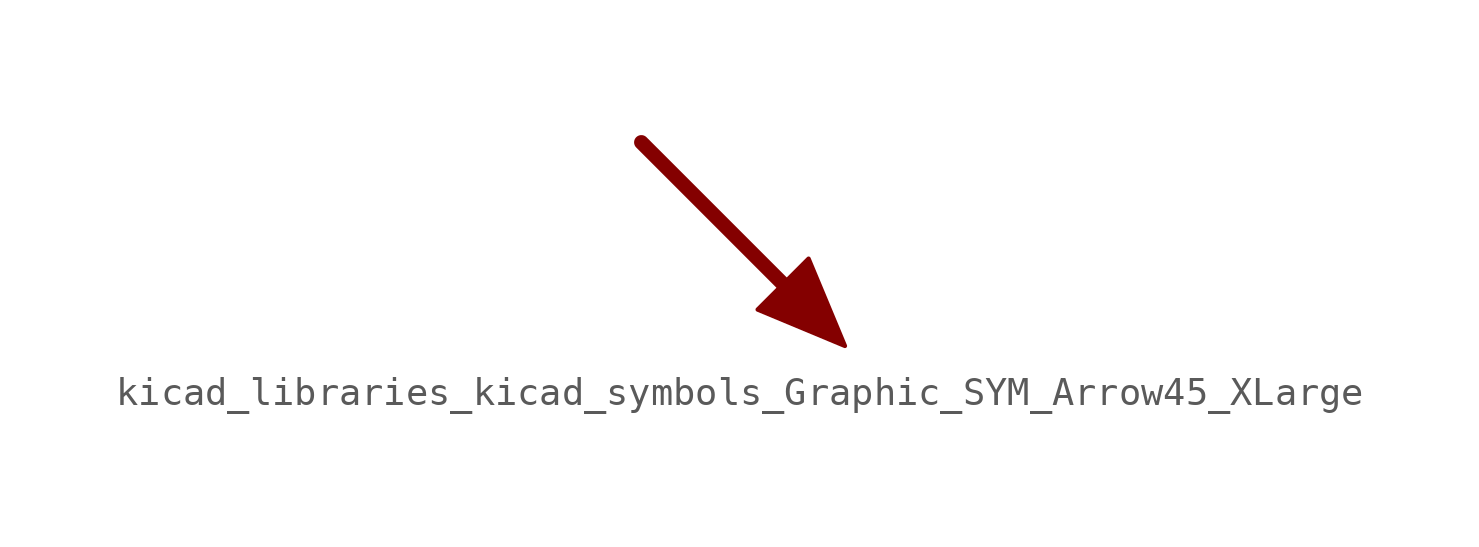
<source format=kicad_sym>
(kicad_symbol_lib
  (version 20220914)
  (generator kicad_symbol_editor)
  (symbol "kicad_libraries_kicad_symbols_Graphic_SYM_Arrow45_XLarge"
    (property "Reference" "#SYM"
      (at 2.794 2.54 0)
      (effects (font (size 1.27 1.27)) hide))
    (symbol "kicad_libraries_kicad_symbols_Graphic_SYM_Arrow45_XLarge_0_1"
      (polyline (pts (xy 3.048 -3.048) (xy -3.556 3.556)) (stroke (width 0.508) (type default)) (fill (type none)))
      (polyline (pts (xy 3.556 -3.556) (xy 0.508 -2.286) (xy 2.286 -0.508) (xy 3.556 -3.556)) (stroke (width 0) (type default)) (fill (type outline))))))
</source>
